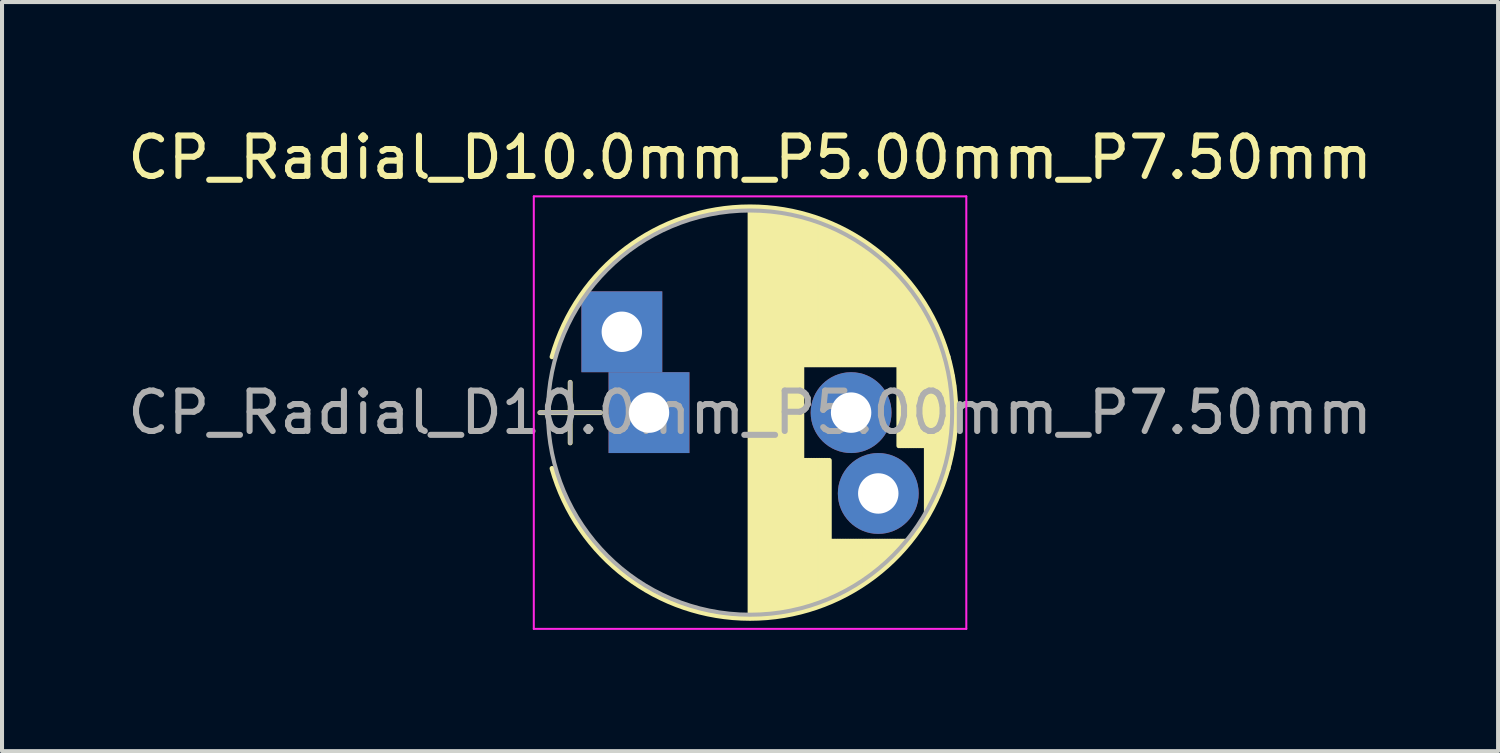
<source format=kicad_pcb>
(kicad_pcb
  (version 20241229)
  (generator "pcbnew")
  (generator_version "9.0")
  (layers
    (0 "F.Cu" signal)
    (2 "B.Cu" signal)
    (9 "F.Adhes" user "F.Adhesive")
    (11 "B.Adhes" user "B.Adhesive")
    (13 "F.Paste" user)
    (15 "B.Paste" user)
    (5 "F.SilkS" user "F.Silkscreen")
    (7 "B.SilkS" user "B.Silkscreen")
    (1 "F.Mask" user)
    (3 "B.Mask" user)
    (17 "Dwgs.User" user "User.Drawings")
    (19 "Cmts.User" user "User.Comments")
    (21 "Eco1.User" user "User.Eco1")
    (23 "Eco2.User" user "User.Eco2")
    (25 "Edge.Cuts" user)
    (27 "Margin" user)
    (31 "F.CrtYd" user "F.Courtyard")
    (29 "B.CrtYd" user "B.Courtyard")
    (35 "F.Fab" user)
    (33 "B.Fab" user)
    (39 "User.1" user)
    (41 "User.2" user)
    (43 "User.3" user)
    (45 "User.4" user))
  (footprint "CP_Radial_D10.0mm_P5.00mm_P7.50mm"
    (layer "F.Cu")
    (at 13.006 7.158)
    (property "Reference" "CP_Radial_D10.0mm_P5.00mm_P7.50mm" (at 2.5 -6.31 0) (layer "F.SilkS") (effects (font (size 1 1) (thickness 0.15))))
    (attr through_hole)
    (fp_line (start -2.7 0) (end -1.2 0) (stroke (width 0.12) (type solid)) (layer "F.SilkS"))
    (fp_line (start -1.95 -0.75) (end -1.95 0.75) (stroke (width 0.12) (type solid)) (layer "F.SilkS"))
    (fp_line (start 2.5 -5.05) (end 2.5 5.05) (stroke (width 0.12) (type solid)) (layer "F.SilkS"))
    (fp_line (start 2.54 -5.05) (end 2.54 5.05) (stroke (width 0.12) (type solid)) (layer "F.SilkS"))
    (fp_line (start 2.58 -5.05) (end 2.58 5.05) (stroke (width 0.12) (type solid)) (layer "F.SilkS"))
    (fp_line (start 2.62 -5.049) (end 2.62 5.049) (stroke (width 0.12) (type solid)) (layer "F.SilkS"))
    (fp_line (start 2.66 -5.048) (end 2.66 5.048) (stroke (width 0.12) (type solid)) (layer "F.SilkS"))
    (fp_line (start 2.7 -5.047) (end 2.7 5.047) (stroke (width 0.12) (type solid)) (layer "F.SilkS"))
    (fp_line (start 2.74 -5.045) (end 2.74 5.045) (stroke (width 0.12) (type solid)) (layer "F.SilkS"))
    (fp_line (start 2.78 -5.043) (end 2.78 5.043) (stroke (width 0.12) (type solid)) (layer "F.SilkS"))
    (fp_line (start 2.82 -5.04) (end 2.82 5.04) (stroke (width 0.12) (type solid)) (layer "F.SilkS"))
    (fp_line (start 2.86 -5.038) (end 2.86 5.038) (stroke (width 0.12) (type solid)) (layer "F.SilkS"))
    (fp_line (start 2.9 -5.035) (end 2.9 5.035) (stroke (width 0.12) (type solid)) (layer "F.SilkS"))
    (fp_line (start 2.94 -5.031) (end 2.94 5.031) (stroke (width 0.12) (type solid)) (layer "F.SilkS"))
    (fp_line (start 2.98 -5.028) (end 2.98 5.028) (stroke (width 0.12) (type solid)) (layer "F.SilkS"))
    (fp_line (start 3.02 -5.024) (end 3.02 5.024) (stroke (width 0.12) (type solid)) (layer "F.SilkS"))
    (fp_line (start 3.06 -5.02) (end 3.06 5.02) (stroke (width 0.12) (type solid)) (layer "F.SilkS"))
    (fp_line (start 3.1 -5.015) (end 3.1 5.015) (stroke (width 0.12) (type solid)) (layer "F.SilkS"))
    (fp_line (start 3.14 -5.01) (end 3.14 5.01) (stroke (width 0.12) (type solid)) (layer "F.SilkS"))
    (fp_line (start 3.18 -5.005) (end 3.18 5.005) (stroke (width 0.12) (type solid)) (layer "F.SilkS"))
    (fp_line (start 3.221 -4.999) (end 3.221 4.999) (stroke (width 0.12) (type solid)) (layer "F.SilkS"))
    (fp_line (start 3.261 -4.993) (end 3.261 4.993) (stroke (width 0.12) (type solid)) (layer "F.SilkS"))
    (fp_line (start 3.301 -4.987) (end 3.301 4.987) (stroke (width 0.12) (type solid)) (layer "F.SilkS"))
    (fp_line (start 3.341 -4.981) (end 3.341 4.981) (stroke (width 0.12) (type solid)) (layer "F.SilkS"))
    (fp_line (start 3.381 -4.974) (end 3.381 4.974) (stroke (width 0.12) (type solid)) (layer "F.SilkS"))
    (fp_line (start 3.421 -4.967) (end 3.421 4.967) (stroke (width 0.12) (type solid)) (layer "F.SilkS"))
    (fp_line (start 3.461 -4.959) (end 3.461 4.959) (stroke (width 0.12) (type solid)) (layer "F.SilkS"))
    (fp_line (start 3.501 -4.951) (end 3.501 4.951) (stroke (width 0.12) (type solid)) (layer "F.SilkS"))
    (fp_line (start 3.541 -4.943) (end 3.541 4.943) (stroke (width 0.12) (type solid)) (layer "F.SilkS"))
    (fp_line (start 3.581 -4.935) (end 3.581 4.935) (stroke (width 0.12) (type solid)) (layer "F.SilkS"))
    (fp_line (start 3.621 -4.926) (end 3.621 4.926) (stroke (width 0.12) (type solid)) (layer "F.SilkS"))
    (fp_line (start 3.661 -4.917) (end 3.661 4.917) (stroke (width 0.12) (type solid)) (layer "F.SilkS"))
    (fp_line (start 3.701 -4.907) (end 3.701 4.907) (stroke (width 0.12) (type solid)) (layer "F.SilkS"))
    (fp_line (start 3.741 -4.897) (end 3.741 4.897) (stroke (width 0.12) (type solid)) (layer "F.SilkS"))
    (fp_line (start 3.781 -4.887) (end 3.781 4.887) (stroke (width 0.12) (type solid)) (layer "F.SilkS"))
    (fp_line (start 3.821 -4.876) (end 3.821 -1.181) (stroke (width 0.12) (type solid)) (layer "F.SilkS"))
    (fp_line (start 3.821 1.181) (end 3.821 4.876) (stroke (width 0.12) (type solid)) (layer "F.SilkS"))
    (fp_line (start 3.861 -4.865) (end 3.861 -1.181) (stroke (width 0.12) (type solid)) (layer "F.SilkS"))
    (fp_line (start 3.861 1.181) (end 3.861 4.865) (stroke (width 0.12) (type solid)) (layer "F.SilkS"))
    (fp_line (start 3.901 -4.854) (end 3.901 -1.181) (stroke (width 0.12) (type solid)) (layer "F.SilkS"))
    (fp_line (start 3.901 1.181) (end 3.901 4.854) (stroke (width 0.12) (type solid)) (layer "F.SilkS"))
    (fp_line (start 3.941 -4.843) (end 3.941 -1.181) (stroke (width 0.12) (type solid)) (layer "F.SilkS"))
    (fp_line (start 3.941 1.181) (end 3.941 4.843) (stroke (width 0.12) (type solid)) (layer "F.SilkS"))
    (fp_line (start 3.981 -4.831) (end 3.981 -1.181) (stroke (width 0.12) (type solid)) (layer "F.SilkS"))
    (fp_line (start 3.981 1.181) (end 3.981 4.831) (stroke (width 0.12) (type solid)) (layer "F.SilkS"))
    (fp_line (start 4.021 -4.818) (end 4.021 -1.181) (stroke (width 0.12) (type solid)) (layer "F.SilkS"))
    (fp_line (start 4.021 1.181) (end 4.021 4.818) (stroke (width 0.12) (type solid)) (layer "F.SilkS"))
    (fp_line (start 4.061 -4.806) (end 4.061 -1.181) (stroke (width 0.12) (type solid)) (layer "F.SilkS"))
    (fp_line (start 4.061 1.181) (end 4.061 4.806) (stroke (width 0.12) (type solid)) (layer "F.SilkS"))
    (fp_line (start 4.101 -4.792) (end 4.101 -1.181) (stroke (width 0.12) (type solid)) (layer "F.SilkS"))
    (fp_line (start 4.101 1.181) (end 4.101 4.792) (stroke (width 0.12) (type solid)) (layer "F.SilkS"))
    (fp_line (start 4.141 -4.779) (end 4.141 -1.181) (stroke (width 0.12) (type solid)) (layer "F.SilkS"))
    (fp_line (start 4.141 1.181) (end 4.141 4.779) (stroke (width 0.12) (type solid)) (layer "F.SilkS"))
    (fp_line (start 4.181 -4.765) (end 4.181 -1.181) (stroke (width 0.12) (type solid)) (layer "F.SilkS"))
    (fp_line (start 4.181 1.181) (end 4.181 4.765) (stroke (width 0.12) (type solid)) (layer "F.SilkS"))
    (fp_line (start 4.221 -4.751) (end 4.221 -1.181) (stroke (width 0.12) (type solid)) (layer "F.SilkS"))
    (fp_line (start 4.221 1.181) (end 4.221 4.751) (stroke (width 0.12) (type solid)) (layer "F.SilkS"))
    (fp_line (start 4.261 -4.737) (end 4.261 -1.181) (stroke (width 0.12) (type solid)) (layer "F.SilkS"))
    (fp_line (start 4.261 1.181) (end 4.261 4.737) (stroke (width 0.12) (type solid)) (layer "F.SilkS"))
    (fp_line (start 4.301 -4.722) (end 4.301 -1.181) (stroke (width 0.12) (type solid)) (layer "F.SilkS"))
    (fp_line (start 4.301 1.181) (end 4.301 4.722) (stroke (width 0.12) (type solid)) (layer "F.SilkS"))
    (fp_line (start 4.341 -4.706) (end 4.341 -1.181) (stroke (width 0.12) (type solid)) (layer "F.SilkS"))
    (fp_line (start 4.341 1.181) (end 4.341 4.706) (stroke (width 0.12) (type solid)) (layer "F.SilkS"))
    (fp_line (start 4.381 -4.691) (end 4.381 -1.181) (stroke (width 0.12) (type solid)) (layer "F.SilkS"))
    (fp_line (start 4.381 1.181) (end 4.381 4.691) (stroke (width 0.12) (type solid)) (layer "F.SilkS"))
    (fp_line (start 4.421 -4.674) (end 4.421 -1.181) (stroke (width 0.12) (type solid)) (layer "F.SilkS"))
    (fp_line (start 4.421 1.181) (end 4.421 4.674) (stroke (width 0.12) (type solid)) (layer "F.SilkS"))
    (fp_line (start 4.461 -4.658) (end 4.461 -1.181) (stroke (width 0.12) (type solid)) (layer "F.SilkS"))
    (fp_line (start 4.461 1.181) (end 4.461 4.658) (stroke (width 0.12) (type solid)) (layer "F.SilkS"))
    (fp_line (start 4.501 -4.641) (end 4.501 -1.181) (stroke (width 0.12) (type solid)) (layer "F.SilkS"))
    (fp_line (start 4.501 3.18) (end 4.501 4.641) (stroke (width 0.12) (type solid)) (layer "F.SilkS"))
    (fp_line (start 4.541 -4.624) (end 4.541 -1.181) (stroke (width 0.12) (type solid)) (layer "F.SilkS"))
    (fp_line (start 4.541 3.18) (end 4.541 4.624) (stroke (width 0.12) (type solid)) (layer "F.SilkS"))
    (fp_line (start 4.581 -4.606) (end 4.581 -1.181) (stroke (width 0.12) (type solid)) (layer "F.SilkS"))
    (fp_line (start 4.581 3.18) (end 4.581 4.606) (stroke (width 0.12) (type solid)) (layer "F.SilkS"))
    (fp_line (start 4.621 -4.588) (end 4.621 -1.181) (stroke (width 0.12) (type solid)) (layer "F.SilkS"))
    (fp_line (start 4.621 3.18) (end 4.621 4.588) (stroke (width 0.12) (type solid)) (layer "F.SilkS"))
    (fp_line (start 4.661 -4.569) (end 4.661 -1.181) (stroke (width 0.12) (type solid)) (layer "F.SilkS"))
    (fp_line (start 4.661 3.18) (end 4.661 4.569) (stroke (width 0.12) (type solid)) (layer "F.SilkS"))
    (fp_line (start 4.701 -4.55) (end 4.701 -1.181) (stroke (width 0.12) (type solid)) (layer "F.SilkS"))
    (fp_line (start 4.701 3.18) (end 4.701 4.55) (stroke (width 0.12) (type solid)) (layer "F.SilkS"))
    (fp_line (start 4.741 -4.531) (end 4.741 -1.181) (stroke (width 0.12) (type solid)) (layer "F.SilkS"))
    (fp_line (start 4.741 3.18) (end 4.741 4.531) (stroke (width 0.12) (type solid)) (layer "F.SilkS"))
    (fp_line (start 4.781 -4.511) (end 4.781 -1.181) (stroke (width 0.12) (type solid)) (layer "F.SilkS"))
    (fp_line (start 4.781 3.18) (end 4.781 4.511) (stroke (width 0.12) (type solid)) (layer "F.SilkS"))
    (fp_line (start 4.821 -4.491) (end 4.821 -1.181) (stroke (width 0.12) (type solid)) (layer "F.SilkS"))
    (fp_line (start 4.821 3.18) (end 4.821 4.491) (stroke (width 0.12) (type solid)) (layer "F.SilkS"))
    (fp_line (start 4.861 -4.47) (end 4.861 -1.181) (stroke (width 0.12) (type solid)) (layer "F.SilkS"))
    (fp_line (start 4.861 3.18) (end 4.861 4.47) (stroke (width 0.12) (type solid)) (layer "F.SilkS"))
    (fp_line (start 4.901 -4.449) (end 4.901 -1.181) (stroke (width 0.12) (type solid)) (layer "F.SilkS"))
    (fp_line (start 4.901 3.18) (end 4.901 4.449) (stroke (width 0.12) (type solid)) (layer "F.SilkS"))
    (fp_line (start 4.941 -4.428) (end 4.941 -1.181) (stroke (width 0.12) (type solid)) (layer "F.SilkS"))
    (fp_line (start 4.941 3.18) (end 4.941 4.428) (stroke (width 0.12) (type solid)) (layer "F.SilkS"))
    (fp_line (start 4.981 -4.405) (end 4.981 -1.181) (stroke (width 0.12) (type solid)) (layer "F.SilkS"))
    (fp_line (start 4.981 3.18) (end 4.981 4.405) (stroke (width 0.12) (type solid)) (layer "F.SilkS"))
    (fp_line (start 5.021 -4.383) (end 5.021 -1.181) (stroke (width 0.12) (type solid)) (layer "F.SilkS"))
    (fp_line (start 5.021 3.18) (end 5.021 4.383) (stroke (width 0.12) (type solid)) (layer "F.SilkS"))
    (fp_line (start 5.061 -4.36) (end 5.061 -1.181) (stroke (width 0.12) (type solid)) (layer "F.SilkS"))
    (fp_line (start 5.061 3.18) (end 5.061 4.36) (stroke (width 0.12) (type solid)) (layer "F.SilkS"))
    (fp_line (start 5.101 -4.336) (end 5.101 -1.181) (stroke (width 0.12) (type solid)) (layer "F.SilkS"))
    (fp_line (start 5.101 3.18) (end 5.101 4.336) (stroke (width 0.12) (type solid)) (layer "F.SilkS"))
    (fp_line (start 5.141 -4.312) (end 5.141 -1.181) (stroke (width 0.12) (type solid)) (layer "F.SilkS"))
    (fp_line (start 5.141 3.18) (end 5.141 4.312) (stroke (width 0.12) (type solid)) (layer "F.SilkS"))
    (fp_line (start 5.181 -4.288) (end 5.181 -1.181) (stroke (width 0.12) (type solid)) (layer "F.SilkS"))
    (fp_line (start 5.181 3.18) (end 5.181 4.288) (stroke (width 0.12) (type solid)) (layer "F.SilkS"))
    (fp_line (start 5.221 -4.263) (end 5.221 -1.181) (stroke (width 0.12) (type solid)) (layer "F.SilkS"))
    (fp_line (start 5.221 3.18) (end 5.221 4.263) (stroke (width 0.12) (type solid)) (layer "F.SilkS"))
    (fp_line (start 5.261 -4.237) (end 5.261 -1.181) (stroke (width 0.12) (type solid)) (layer "F.SilkS"))
    (fp_line (start 5.261 3.18) (end 5.261 4.237) (stroke (width 0.12) (type solid)) (layer "F.SilkS"))
    (fp_line (start 5.301 -4.211) (end 5.301 -1.181) (stroke (width 0.12) (type solid)) (layer "F.SilkS"))
    (fp_line (start 5.301 3.18) (end 5.301 4.211) (stroke (width 0.12) (type solid)) (layer "F.SilkS"))
    (fp_line (start 5.341 -4.185) (end 5.341 -1.181) (stroke (width 0.12) (type solid)) (layer "F.SilkS"))
    (fp_line (start 5.341 3.18) (end 5.341 4.185) (stroke (width 0.12) (type solid)) (layer "F.SilkS"))
    (fp_line (start 5.381 -4.157) (end 5.381 -1.181) (stroke (width 0.12) (type solid)) (layer "F.SilkS"))
    (fp_line (start 5.381 3.18) (end 5.381 4.157) (stroke (width 0.12) (type solid)) (layer "F.SilkS"))
    (fp_line (start 5.421 -4.13) (end 5.421 -1.181) (stroke (width 0.12) (type solid)) (layer "F.SilkS"))
    (fp_line (start 5.421 3.18) (end 5.421 4.13) (stroke (width 0.12) (type solid)) (layer "F.SilkS"))
    (fp_line (start 5.461 -4.101) (end 5.461 -1.181) (stroke (width 0.12) (type solid)) (layer "F.SilkS"))
    (fp_line (start 5.461 3.18) (end 5.461 4.101) (stroke (width 0.12) (type solid)) (layer "F.SilkS"))
    (fp_line (start 5.501 -4.072) (end 5.501 -1.181) (stroke (width 0.12) (type solid)) (layer "F.SilkS"))
    (fp_line (start 5.501 3.18) (end 5.501 4.072) (stroke (width 0.12) (type solid)) (layer "F.SilkS"))
    (fp_line (start 5.541 -4.043) (end 5.541 -1.181) (stroke (width 0.12) (type solid)) (layer "F.SilkS"))
    (fp_line (start 5.541 3.18) (end 5.541 4.043) (stroke (width 0.12) (type solid)) (layer "F.SilkS"))
    (fp_line (start 5.581 -4.013) (end 5.581 -1.181) (stroke (width 0.12) (type solid)) (layer "F.SilkS"))
    (fp_line (start 5.581 3.18) (end 5.581 4.013) (stroke (width 0.12) (type solid)) (layer "F.SilkS"))
    (fp_line (start 5.621 -3.982) (end 5.621 -1.181) (stroke (width 0.12) (type solid)) (layer "F.SilkS"))
    (fp_line (start 5.621 3.18) (end 5.621 3.982) (stroke (width 0.12) (type solid)) (layer "F.SilkS"))
    (fp_line (start 5.661 -3.951) (end 5.661 -1.181) (stroke (width 0.12) (type solid)) (layer "F.SilkS"))
    (fp_line (start 5.661 3.18) (end 5.661 3.951) (stroke (width 0.12) (type solid)) (layer "F.SilkS"))
    (fp_line (start 5.701 -3.919) (end 5.701 -1.181) (stroke (width 0.12) (type solid)) (layer "F.SilkS"))
    (fp_line (start 5.701 3.18) (end 5.701 3.919) (stroke (width 0.12) (type solid)) (layer "F.SilkS"))
    (fp_line (start 5.741 -3.886) (end 5.741 -1.181) (stroke (width 0.12) (type solid)) (layer "F.SilkS"))
    (fp_line (start 5.741 3.18) (end 5.741 3.886) (stroke (width 0.12) (type solid)) (layer "F.SilkS"))
    (fp_line (start 5.781 -3.853) (end 5.781 -1.181) (stroke (width 0.12) (type solid)) (layer "F.SilkS"))
    (fp_line (start 5.781 3.18) (end 5.781 3.853) (stroke (width 0.12) (type solid)) (layer "F.SilkS"))
    (fp_line (start 5.821 -3.819) (end 5.821 -1.181) (stroke (width 0.12) (type solid)) (layer "F.SilkS"))
    (fp_line (start 5.821 3.18) (end 5.821 3.819) (stroke (width 0.12) (type solid)) (layer "F.SilkS"))
    (fp_line (start 5.861 -3.784) (end 5.861 -1.181) (stroke (width 0.12) (type solid)) (layer "F.SilkS"))
    (fp_line (start 5.861 3.18) (end 5.861 3.784) (stroke (width 0.12) (type solid)) (layer "F.SilkS"))
    (fp_line (start 5.901 -3.748) (end 5.901 -1.181) (stroke (width 0.12) (type solid)) (layer "F.SilkS"))
    (fp_line (start 5.901 3.18) (end 5.901 3.748) (stroke (width 0.12) (type solid)) (layer "F.SilkS"))
    (fp_line (start 5.941 -3.712) (end 5.941 -1.181) (stroke (width 0.12) (type solid)) (layer "F.SilkS"))
    (fp_line (start 5.941 3.18) (end 5.941 3.712) (stroke (width 0.12) (type solid)) (layer "F.SilkS"))
    (fp_line (start 5.981 -3.675) (end 5.981 -1.181) (stroke (width 0.12) (type solid)) (layer "F.SilkS"))
    (fp_line (start 5.981 3.18) (end 5.981 3.675) (stroke (width 0.12) (type solid)) (layer "F.SilkS"))
    (fp_line (start 6.021 -3.637) (end 6.021 -1.181) (stroke (width 0.12) (type solid)) (layer "F.SilkS"))
    (fp_line (start 6.021 3.18) (end 6.021 3.637) (stroke (width 0.12) (type solid)) (layer "F.SilkS"))
    (fp_line (start 6.061 -3.598) (end 6.061 -1.181) (stroke (width 0.12) (type solid)) (layer "F.SilkS"))
    (fp_line (start 6.061 3.18) (end 6.061 3.598) (stroke (width 0.12) (type solid)) (layer "F.SilkS"))
    (fp_line (start 6.101 -3.559) (end 6.101 -1.181) (stroke (width 0.12) (type solid)) (layer "F.SilkS"))
    (fp_line (start 6.101 3.18) (end 6.101 3.559) (stroke (width 0.12) (type solid)) (layer "F.SilkS"))
    (fp_line (start 6.141 -3.518) (end 6.141 -1.181) (stroke (width 0.12) (type solid)) (layer "F.SilkS"))
    (fp_line (start 6.141 3.18) (end 6.141 3.518) (stroke (width 0.12) (type solid)) (layer "F.SilkS"))
    (fp_line (start 6.181 -3.477) (end 6.181 0.82) (stroke (width 0.12) (type solid)) (layer "F.SilkS"))
    (fp_line (start 6.181 3.18) (end 6.181 3.477) (stroke (width 0.12) (type solid)) (layer "F.SilkS"))
    (fp_line (start 6.221 -3.435) (end 6.221 0.82) (stroke (width 0.12) (type solid)) (layer "F.SilkS"))
    (fp_line (start 6.221 3.18) (end 6.221 3.435) (stroke (width 0.12) (type solid)) (layer "F.SilkS"))
    (fp_line (start 6.261 -3.391) (end 6.261 0.82) (stroke (width 0.12) (type solid)) (layer "F.SilkS"))
    (fp_line (start 6.261 3.18) (end 6.261 3.391) (stroke (width 0.12) (type solid)) (layer "F.SilkS"))
    (fp_line (start 6.301 -3.347) (end 6.301 0.82) (stroke (width 0.12) (type solid)) (layer "F.SilkS"))
    (fp_line (start 6.301 3.18) (end 6.301 3.347) (stroke (width 0.12) (type solid)) (layer "F.SilkS"))
    (fp_line (start 6.341 -3.302) (end 6.341 0.82) (stroke (width 0.12) (type solid)) (layer "F.SilkS"))
    (fp_line (start 6.341 3.18) (end 6.341 3.302) (stroke (width 0.12) (type solid)) (layer "F.SilkS"))
    (fp_line (start 6.381 -3.255) (end 6.381 0.82) (stroke (width 0.12) (type solid)) (layer "F.SilkS"))
    (fp_line (start 6.381 3.18) (end 6.381 3.255) (stroke (width 0.12) (type solid)) (layer "F.SilkS"))
    (fp_line (start 6.421 -3.207) (end 6.421 0.82) (stroke (width 0.12) (type solid)) (layer "F.SilkS"))
    (fp_line (start 6.421 3.18) (end 6.421 3.207) (stroke (width 0.12) (type solid)) (layer "F.SilkS"))
    (fp_line (start 6.461 -3.158) (end 6.461 0.82) (stroke (width 0.12) (type solid)) (layer "F.SilkS"))
    (fp_line (start 6.501 -3.108) (end 6.501 0.82) (stroke (width 0.12) (type solid)) (layer "F.SilkS"))
    (fp_line (start 6.541 -3.057) (end 6.541 0.82) (stroke (width 0.12) (type solid)) (layer "F.SilkS"))
    (fp_line (start 6.581 -3.004) (end 6.581 0.82) (stroke (width 0.12) (type solid)) (layer "F.SilkS"))
    (fp_line (start 6.621 -2.949) (end 6.621 0.82) (stroke (width 0.12) (type solid)) (layer "F.SilkS"))
    (fp_line (start 6.661 -2.894) (end 6.661 0.82) (stroke (width 0.12) (type solid)) (layer "F.SilkS"))
    (fp_line (start 6.701 -2.836) (end 6.701 0.82) (stroke (width 0.12) (type solid)) (layer "F.SilkS"))
    (fp_line (start 6.741 -2.777) (end 6.741 0.82) (stroke (width 0.12) (type solid)) (layer "F.SilkS"))
    (fp_line (start 6.781 -2.715) (end 6.781 0.82) (stroke (width 0.12) (type solid)) (layer "F.SilkS"))
    (fp_line (start 6.821 -2.652) (end 6.821 0.82) (stroke (width 0.12) (type solid)) (layer "F.SilkS"))
    (fp_line (start 6.861 -2.587) (end 6.861 2.587) (stroke (width 0.12) (type solid)) (layer "F.SilkS"))
    (fp_line (start 6.901 -2.519) (end 6.901 2.519) (stroke (width 0.12) (type solid)) (layer "F.SilkS"))
    (fp_line (start 6.941 -2.449) (end 6.941 2.449) (stroke (width 0.12) (type solid)) (layer "F.SilkS"))
    (fp_line (start 6.981 -2.377) (end 6.981 2.377) (stroke (width 0.12) (type solid)) (layer "F.SilkS"))
    (fp_line (start 7.021 -2.301) (end 7.021 2.301) (stroke (width 0.12) (type solid)) (layer "F.SilkS"))
    (fp_line (start 7.061 -2.222) (end 7.061 2.222) (stroke (width 0.12) (type solid)) (layer "F.SilkS"))
    (fp_line (start 7.101 -2.14) (end 7.101 2.14) (stroke (width 0.12) (type solid)) (layer "F.SilkS"))
    (fp_line (start 7.141 -2.053) (end 7.141 2.053) (stroke (width 0.12) (type solid)) (layer "F.SilkS"))
    (fp_line (start 7.181 -1.962) (end 7.181 1.962) (stroke (width 0.12) (type solid)) (layer "F.SilkS"))
    (fp_line (start 7.221 -1.866) (end 7.221 1.866) (stroke (width 0.12) (type solid)) (layer "F.SilkS"))
    (fp_line (start 7.261 -1.763) (end 7.261 1.763) (stroke (width 0.12) (type solid)) (layer "F.SilkS"))
    (fp_line (start 7.301 -1.654) (end 7.301 1.654) (stroke (width 0.12) (type solid)) (layer "F.SilkS"))
    (fp_line (start 7.341 -1.536) (end 7.341 1.536) (stroke (width 0.12) (type solid)) (layer "F.SilkS"))
    (fp_line (start 7.381 -1.407) (end 7.381 1.407) (stroke (width 0.12) (type solid)) (layer "F.SilkS"))
    (fp_line (start 7.421 -1.265) (end 7.421 1.265) (stroke (width 0.12) (type solid)) (layer "F.SilkS"))
    (fp_line (start 7.461 -1.104) (end 7.461 1.104) (stroke (width 0.12) (type solid)) (layer "F.SilkS"))
    (fp_line (start 7.501 -0.913) (end 7.501 0.913) (stroke (width 0.12) (type solid)) (layer "F.SilkS"))
    (fp_line (start 7.541 -0.672) (end 7.541 0.672) (stroke (width 0.12) (type solid)) (layer "F.SilkS"))
    (fp_line (start 7.581 -0.279) (end 7.581 0.279) (stroke (width 0.12) (type solid)) (layer "F.SilkS"))
    (fp_arc (start -2.399357 -1.38) (mid 2.498304 -5.09) (end 7.398437 -1.383264) (stroke (width 0.12) (type solid)) (layer "F.SilkS"))
    (fp_arc (start 7.398437 1.383264) (mid 2.498304 5.09) (end -2.399357 1.38) (stroke (width 0.12) (type solid)) (layer "F.SilkS"))
    (fp_arc (start 7.399357 -1.38) (mid 7.59 0.001696) (end 7.398437 1.383264) (stroke (width 0.12) (type solid)) (layer "F.SilkS"))
    (fp_line (start -2.85 -5.35) (end -2.85 5.35) (stroke (width 0.05) (type solid)) (layer "F.CrtYd"))
    (fp_line (start -2.85 5.35) (end 7.85 5.35) (stroke (width 0.05) (type solid)) (layer "F.CrtYd"))
    (fp_line (start 7.85 -5.35) (end -2.85 -5.35) (stroke (width 0.05) (type solid)) (layer "F.CrtYd"))
    (fp_line (start 7.85 5.35) (end 7.85 -5.35) (stroke (width 0.05) (type solid)) (layer "F.CrtYd"))
    (fp_line (start -2.7 0) (end -1.2 0) (stroke (width 0.1) (type solid)) (layer "F.Fab"))
    (fp_line (start -1.95 -0.75) (end -1.95 0.75) (stroke (width 0.1) (type solid)) (layer "F.Fab"))
    (fp_circle (center 2.5 0) (end 7.5 0) (stroke (width 0.1) (type solid)) (fill no) (layer "F.Fab"))
    (fp_text user "${REFERENCE}" (at 2.5 0 0) (layer "F.Fab") (effects (font (size 1 1) (thickness 0.15))))
    (pad "1" thru_hole rect (at -0.672 -2) (size 2 2) (drill 1) (layers "*.Cu" "*.Mask"))
    (pad "1" thru_hole rect (at 0 0) (size 2 2) (drill 1) (layers "*.Cu" "*.Mask"))
    (pad "2" thru_hole circle (at 5 0) (size 2 2) (drill 1) (layers "*.Cu" "*.Mask"))
    (pad "2" thru_hole circle (at 5.672 2) (size 2 2) (drill 1) (layers "*.Cu" "*.Mask")))
  (gr_rect
    (start -3 -3)
    (end 34.012 15.533)
    (stroke (width 0.1) (type default))
    (fill no)
    (layer "Edge.Cuts")))
</source>
